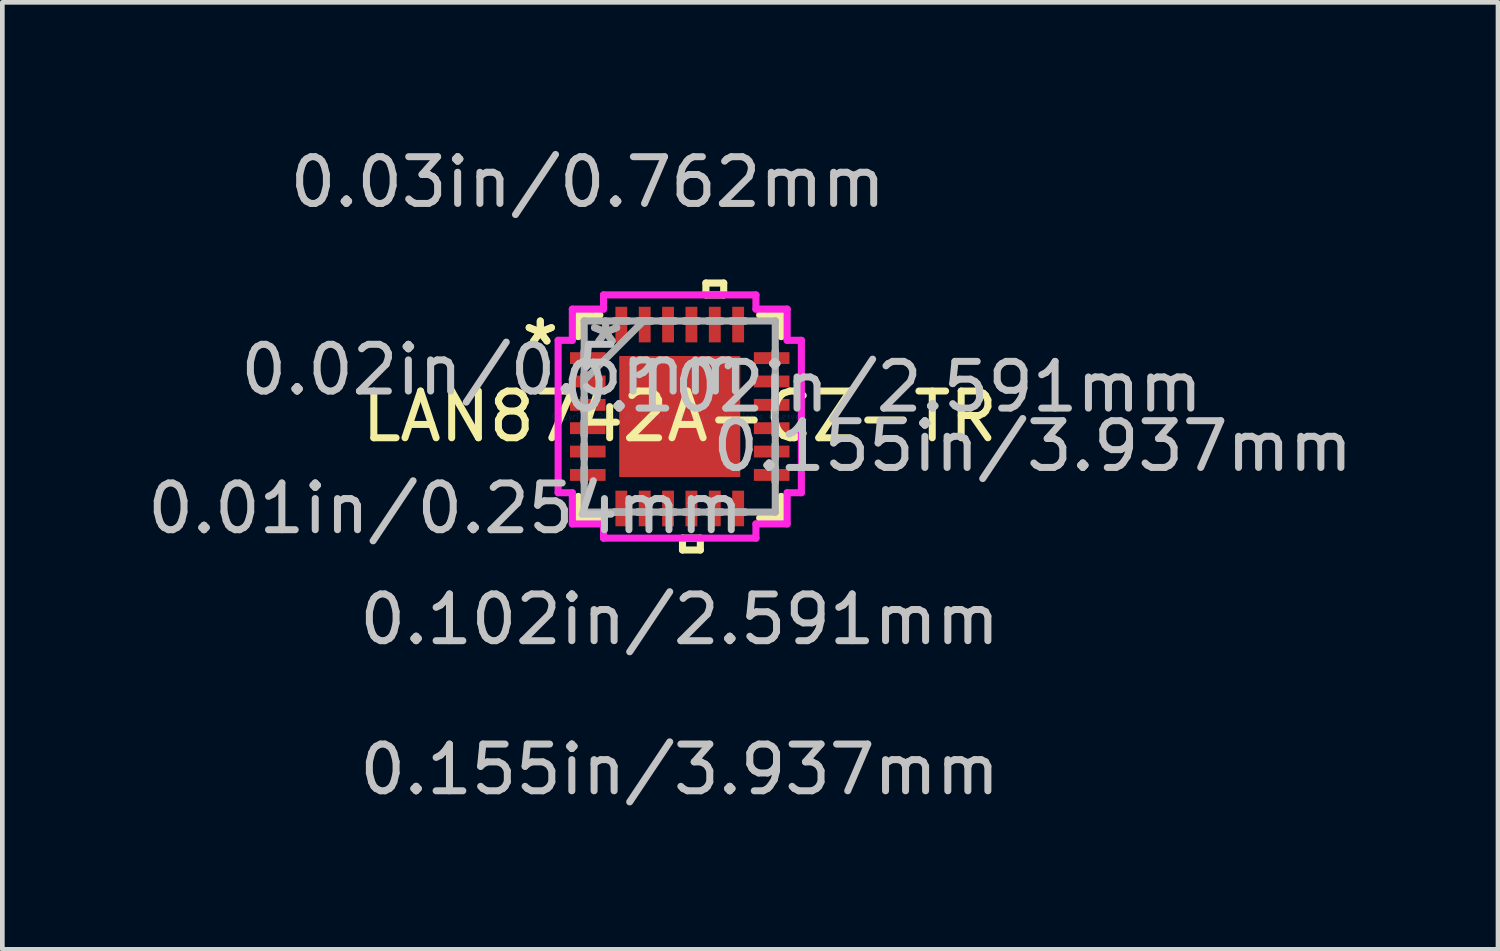
<source format=kicad_pcb>
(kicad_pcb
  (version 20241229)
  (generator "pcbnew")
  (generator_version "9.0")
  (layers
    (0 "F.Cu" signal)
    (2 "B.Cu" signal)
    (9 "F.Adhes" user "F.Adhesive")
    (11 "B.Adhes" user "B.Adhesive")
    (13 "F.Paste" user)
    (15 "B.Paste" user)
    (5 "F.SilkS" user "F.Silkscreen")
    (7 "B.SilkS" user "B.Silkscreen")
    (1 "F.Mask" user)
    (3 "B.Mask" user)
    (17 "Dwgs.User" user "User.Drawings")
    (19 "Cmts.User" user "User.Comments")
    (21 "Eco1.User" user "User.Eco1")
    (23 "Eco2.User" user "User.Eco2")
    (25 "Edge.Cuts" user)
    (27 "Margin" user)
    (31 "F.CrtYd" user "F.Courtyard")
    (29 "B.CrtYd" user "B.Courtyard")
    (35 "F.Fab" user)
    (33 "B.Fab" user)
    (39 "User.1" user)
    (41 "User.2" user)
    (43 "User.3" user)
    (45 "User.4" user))
  (footprint "LAN8742A-CZ-TR"
    (layer "F.Cu")
    (at 11.499 5.865)
    (property "Reference" "LAN8742A-CZ-TR" (at 0 0 0) (layer "F.SilkS") (effects (font (size 1 1) (thickness 0.15))))
    (attr through_hole)
    (fp_line (start -2.172 -2.172) (end -2.172 -1.71) (stroke (width 0.152) (type solid)) (layer "F.SilkS"))
    (fp_line (start -2.172 1.71) (end -2.172 2.172) (stroke (width 0.152) (type solid)) (layer "F.SilkS"))
    (fp_line (start -2.172 2.172) (end -1.71 2.172) (stroke (width 0.152) (type solid)) (layer "F.SilkS"))
    (fp_line (start -1.71 -2.172) (end -2.172 -2.172) (stroke (width 0.152) (type solid)) (layer "F.SilkS"))
    (fp_line (start 0.059 2.603) (end 0.059 2.857) (stroke (width 0.152) (type solid)) (layer "F.SilkS"))
    (fp_line (start 0.059 2.857) (end 0.441 2.857) (stroke (width 0.152) (type solid)) (layer "F.SilkS"))
    (fp_line (start 0.441 2.603) (end 0.059 2.603) (stroke (width 0.152) (type solid)) (layer "F.SilkS"))
    (fp_line (start 0.441 2.857) (end 0.441 2.603) (stroke (width 0.152) (type solid)) (layer "F.SilkS"))
    (fp_line (start 0.56 -2.857) (end 0.941 -2.857) (stroke (width 0.152) (type solid)) (layer "F.SilkS"))
    (fp_line (start 0.56 -2.603) (end 0.56 -2.857) (stroke (width 0.152) (type solid)) (layer "F.SilkS"))
    (fp_line (start 0.941 -2.857) (end 0.941 -2.603) (stroke (width 0.152) (type solid)) (layer "F.SilkS"))
    (fp_line (start 0.941 -2.603) (end 0.56 -2.603) (stroke (width 0.152) (type solid)) (layer "F.SilkS"))
    (fp_line (start 1.71 2.172) (end 2.172 2.172) (stroke (width 0.152) (type solid)) (layer "F.SilkS"))
    (fp_line (start 2.172 -2.172) (end 1.71 -2.172) (stroke (width 0.152) (type solid)) (layer "F.SilkS"))
    (fp_line (start 2.172 -1.71) (end 2.172 -2.172) (stroke (width 0.152) (type solid)) (layer "F.SilkS"))
    (fp_line (start 2.172 2.172) (end 2.172 1.71) (stroke (width 0.152) (type solid)) (layer "F.SilkS"))
    (fp_line (start -1.195 -1.195) (end -1.195 -0.1) (stroke (width 0.152) (type solid)) (layer "F.Paste"))
    (fp_line (start -1.195 -0.1) (end -0.1 -0.1) (stroke (width 0.152) (type solid)) (layer "F.Paste"))
    (fp_line (start -1.195 0.1) (end -1.195 1.195) (stroke (width 0.152) (type solid)) (layer "F.Paste"))
    (fp_line (start -1.195 1.195) (end -0.1 1.195) (stroke (width 0.152) (type solid)) (layer "F.Paste"))
    (fp_line (start -0.1 -1.195) (end -1.195 -1.195) (stroke (width 0.152) (type solid)) (layer "F.Paste"))
    (fp_line (start -0.1 -0.1) (end -0.1 -1.195) (stroke (width 0.152) (type solid)) (layer "F.Paste"))
    (fp_line (start -0.1 0.1) (end -1.195 0.1) (stroke (width 0.152) (type solid)) (layer "F.Paste"))
    (fp_line (start -0.1 1.195) (end -0.1 0.1) (stroke (width 0.152) (type solid)) (layer "F.Paste"))
    (fp_line (start 0.1 -1.195) (end 0.1 -0.1) (stroke (width 0.152) (type solid)) (layer "F.Paste"))
    (fp_line (start 0.1 -0.1) (end 1.195 -0.1) (stroke (width 0.152) (type solid)) (layer "F.Paste"))
    (fp_line (start 0.1 0.1) (end 0.1 1.195) (stroke (width 0.152) (type solid)) (layer "F.Paste"))
    (fp_line (start 0.1 1.195) (end 1.195 1.195) (stroke (width 0.152) (type solid)) (layer "F.Paste"))
    (fp_line (start 1.195 -1.195) (end 0.1 -1.195) (stroke (width 0.152) (type solid)) (layer "F.Paste"))
    (fp_line (start 1.195 -0.1) (end 1.195 -1.195) (stroke (width 0.152) (type solid)) (layer "F.Paste"))
    (fp_line (start 1.195 0.1) (end 0.1 0.1) (stroke (width 0.152) (type solid)) (layer "F.Paste"))
    (fp_line (start 1.195 1.195) (end 1.195 0.1) (stroke (width 0.152) (type solid)) (layer "F.Paste"))
    (fp_line (start -2.603 -1.631) (end -2.299 -1.631) (stroke (width 0.152) (type solid)) (layer "F.CrtYd"))
    (fp_line (start -2.603 1.631) (end -2.603 -1.631) (stroke (width 0.152) (type solid)) (layer "F.CrtYd"))
    (fp_line (start -2.299 -2.299) (end -1.631 -2.299) (stroke (width 0.152) (type solid)) (layer "F.CrtYd"))
    (fp_line (start -2.299 -1.631) (end -2.299 -2.299) (stroke (width 0.152) (type solid)) (layer "F.CrtYd"))
    (fp_line (start -2.299 1.631) (end -2.603 1.631) (stroke (width 0.152) (type solid)) (layer "F.CrtYd"))
    (fp_line (start -2.299 2.299) (end -2.299 1.631) (stroke (width 0.152) (type solid)) (layer "F.CrtYd"))
    (fp_line (start -1.631 -2.603) (end 1.631 -2.603) (stroke (width 0.152) (type solid)) (layer "F.CrtYd"))
    (fp_line (start -1.631 -2.299) (end -1.631 -2.603) (stroke (width 0.152) (type solid)) (layer "F.CrtYd"))
    (fp_line (start -1.631 2.299) (end -2.299 2.299) (stroke (width 0.152) (type solid)) (layer "F.CrtYd"))
    (fp_line (start -1.631 2.603) (end -1.631 2.299) (stroke (width 0.152) (type solid)) (layer "F.CrtYd"))
    (fp_line (start 1.631 -2.603) (end 1.631 -2.299) (stroke (width 0.152) (type solid)) (layer "F.CrtYd"))
    (fp_line (start 1.631 -2.299) (end 2.299 -2.299) (stroke (width 0.152) (type solid)) (layer "F.CrtYd"))
    (fp_line (start 1.631 2.299) (end 1.631 2.603) (stroke (width 0.152) (type solid)) (layer "F.CrtYd"))
    (fp_line (start 1.631 2.603) (end -1.631 2.603) (stroke (width 0.152) (type solid)) (layer "F.CrtYd"))
    (fp_line (start 2.299 -2.299) (end 2.299 -1.631) (stroke (width 0.152) (type solid)) (layer "F.CrtYd"))
    (fp_line (start 2.299 -1.631) (end 2.603 -1.631) (stroke (width 0.152) (type solid)) (layer "F.CrtYd"))
    (fp_line (start 2.299 1.631) (end 2.299 2.299) (stroke (width 0.152) (type solid)) (layer "F.CrtYd"))
    (fp_line (start 2.299 2.299) (end 1.631 2.299) (stroke (width 0.152) (type solid)) (layer "F.CrtYd"))
    (fp_line (start 2.603 -1.631) (end 2.603 1.631) (stroke (width 0.152) (type solid)) (layer "F.CrtYd"))
    (fp_line (start 2.603 1.631) (end 2.299 1.631) (stroke (width 0.152) (type solid)) (layer "F.CrtYd"))
    (fp_line (start -2.045 -2.045) (end -2.045 -2.045) (stroke (width 0.152) (type solid)) (layer "F.Fab"))
    (fp_line (start -2.045 -2.045) (end -2.045 2.045) (stroke (width 0.152) (type solid)) (layer "F.Fab"))
    (fp_line (start -2.045 -1.402) (end -2.045 -1.402) (stroke (width 0.152) (type solid)) (layer "F.Fab"))
    (fp_line (start -2.045 -1.402) (end -2.045 -1.098) (stroke (width 0.152) (type solid)) (layer "F.Fab"))
    (fp_line (start -2.045 -1.098) (end -2.045 -1.402) (stroke (width 0.152) (type solid)) (layer "F.Fab"))
    (fp_line (start -2.045 -1.098) (end -2.045 -1.098) (stroke (width 0.152) (type solid)) (layer "F.Fab"))
    (fp_line (start -2.045 -0.902) (end -2.045 -0.902) (stroke (width 0.152) (type solid)) (layer "F.Fab"))
    (fp_line (start -2.045 -0.902) (end -2.045 -0.598) (stroke (width 0.152) (type solid)) (layer "F.Fab"))
    (fp_line (start -2.045 -0.775) (end -0.775 -2.045) (stroke (width 0.152) (type solid)) (layer "F.Fab"))
    (fp_line (start -2.045 -0.598) (end -2.045 -0.902) (stroke (width 0.152) (type solid)) (layer "F.Fab"))
    (fp_line (start -2.045 -0.598) (end -2.045 -0.598) (stroke (width 0.152) (type solid)) (layer "F.Fab"))
    (fp_line (start -2.045 -0.402) (end -2.045 -0.402) (stroke (width 0.152) (type solid)) (layer "F.Fab"))
    (fp_line (start -2.045 -0.402) (end -2.045 -0.098) (stroke (width 0.152) (type solid)) (layer "F.Fab"))
    (fp_line (start -2.045 -0.098) (end -2.045 -0.402) (stroke (width 0.152) (type solid)) (layer "F.Fab"))
    (fp_line (start -2.045 -0.098) (end -2.045 -0.098) (stroke (width 0.152) (type solid)) (layer "F.Fab"))
    (fp_line (start -2.045 0.098) (end -2.045 0.098) (stroke (width 0.152) (type solid)) (layer "F.Fab"))
    (fp_line (start -2.045 0.098) (end -2.045 0.402) (stroke (width 0.152) (type solid)) (layer "F.Fab"))
    (fp_line (start -2.045 0.402) (end -2.045 0.098) (stroke (width 0.152) (type solid)) (layer "F.Fab"))
    (fp_line (start -2.045 0.402) (end -2.045 0.402) (stroke (width 0.152) (type solid)) (layer "F.Fab"))
    (fp_line (start -2.045 0.598) (end -2.045 0.598) (stroke (width 0.152) (type solid)) (layer "F.Fab"))
    (fp_line (start -2.045 0.598) (end -2.045 0.902) (stroke (width 0.152) (type solid)) (layer "F.Fab"))
    (fp_line (start -2.045 0.902) (end -2.045 0.598) (stroke (width 0.152) (type solid)) (layer "F.Fab"))
    (fp_line (start -2.045 0.902) (end -2.045 0.902) (stroke (width 0.152) (type solid)) (layer "F.Fab"))
    (fp_line (start -2.045 1.098) (end -2.045 1.098) (stroke (width 0.152) (type solid)) (layer "F.Fab"))
    (fp_line (start -2.045 1.098) (end -2.045 1.402) (stroke (width 0.152) (type solid)) (layer "F.Fab"))
    (fp_line (start -2.045 1.402) (end -2.045 1.098) (stroke (width 0.152) (type solid)) (layer "F.Fab"))
    (fp_line (start -2.045 1.402) (end -2.045 1.402) (stroke (width 0.152) (type solid)) (layer "F.Fab"))
    (fp_line (start -2.045 2.045) (end -2.045 2.045) (stroke (width 0.152) (type solid)) (layer "F.Fab"))
    (fp_line (start -2.045 2.045) (end 2.045 2.045) (stroke (width 0.152) (type solid)) (layer "F.Fab"))
    (fp_line (start -1.402 -2.045) (end -1.402 -2.045) (stroke (width 0.152) (type solid)) (layer "F.Fab"))
    (fp_line (start -1.402 -2.045) (end -1.098 -2.045) (stroke (width 0.152) (type solid)) (layer "F.Fab"))
    (fp_line (start -1.402 2.045) (end -1.402 2.045) (stroke (width 0.152) (type solid)) (layer "F.Fab"))
    (fp_line (start -1.402 2.045) (end -1.098 2.045) (stroke (width 0.152) (type solid)) (layer "F.Fab"))
    (fp_line (start -1.098 -2.045) (end -1.402 -2.045) (stroke (width 0.152) (type solid)) (layer "F.Fab"))
    (fp_line (start -1.098 -2.045) (end -1.098 -2.045) (stroke (width 0.152) (type solid)) (layer "F.Fab"))
    (fp_line (start -1.098 2.045) (end -1.402 2.045) (stroke (width 0.152) (type solid)) (layer "F.Fab"))
    (fp_line (start -1.098 2.045) (end -1.098 2.045) (stroke (width 0.152) (type solid)) (layer "F.Fab"))
    (fp_line (start -0.902 -2.045) (end -0.902 -2.045) (stroke (width 0.152) (type solid)) (layer "F.Fab"))
    (fp_line (start -0.902 -2.045) (end -0.598 -2.045) (stroke (width 0.152) (type solid)) (layer "F.Fab"))
    (fp_line (start -0.902 2.045) (end -0.902 2.045) (stroke (width 0.152) (type solid)) (layer "F.Fab"))
    (fp_line (start -0.902 2.045) (end -0.598 2.045) (stroke (width 0.152) (type solid)) (layer "F.Fab"))
    (fp_line (start -0.598 -2.045) (end -0.902 -2.045) (stroke (width 0.152) (type solid)) (layer "F.Fab"))
    (fp_line (start -0.598 -2.045) (end -0.598 -2.045) (stroke (width 0.152) (type solid)) (layer "F.Fab"))
    (fp_line (start -0.598 2.045) (end -0.902 2.045) (stroke (width 0.152) (type solid)) (layer "F.Fab"))
    (fp_line (start -0.598 2.045) (end -0.598 2.045) (stroke (width 0.152) (type solid)) (layer "F.Fab"))
    (fp_line (start -0.402 -2.045) (end -0.402 -2.045) (stroke (width 0.152) (type solid)) (layer "F.Fab"))
    (fp_line (start -0.402 -2.045) (end -0.098 -2.045) (stroke (width 0.152) (type solid)) (layer "F.Fab"))
    (fp_line (start -0.402 2.045) (end -0.402 2.045) (stroke (width 0.152) (type solid)) (layer "F.Fab"))
    (fp_line (start -0.402 2.045) (end -0.098 2.045) (stroke (width 0.152) (type solid)) (layer "F.Fab"))
    (fp_line (start -0.098 -2.045) (end -0.402 -2.045) (stroke (width 0.152) (type solid)) (layer "F.Fab"))
    (fp_line (start -0.098 -2.045) (end -0.098 -2.045) (stroke (width 0.152) (type solid)) (layer "F.Fab"))
    (fp_line (start -0.098 2.045) (end -0.402 2.045) (stroke (width 0.152) (type solid)) (layer "F.Fab"))
    (fp_line (start -0.098 2.045) (end -0.098 2.045) (stroke (width 0.152) (type solid)) (layer "F.Fab"))
    (fp_line (start 0.098 -2.045) (end 0.098 -2.045) (stroke (width 0.152) (type solid)) (layer "F.Fab"))
    (fp_line (start 0.098 -2.045) (end 0.402 -2.045) (stroke (width 0.152) (type solid)) (layer "F.Fab"))
    (fp_line (start 0.098 2.045) (end 0.098 2.045) (stroke (width 0.152) (type solid)) (layer "F.Fab"))
    (fp_line (start 0.098 2.045) (end 0.402 2.045) (stroke (width 0.152) (type solid)) (layer "F.Fab"))
    (fp_line (start 0.402 -2.045) (end 0.098 -2.045) (stroke (width 0.152) (type solid)) (layer "F.Fab"))
    (fp_line (start 0.402 -2.045) (end 0.402 -2.045) (stroke (width 0.152) (type solid)) (layer "F.Fab"))
    (fp_line (start 0.402 2.045) (end 0.098 2.045) (stroke (width 0.152) (type solid)) (layer "F.Fab"))
    (fp_line (start 0.402 2.045) (end 0.402 2.045) (stroke (width 0.152) (type solid)) (layer "F.Fab"))
    (fp_line (start 0.598 -2.045) (end 0.598 -2.045) (stroke (width 0.152) (type solid)) (layer "F.Fab"))
    (fp_line (start 0.598 -2.045) (end 0.902 -2.045) (stroke (width 0.152) (type solid)) (layer "F.Fab"))
    (fp_line (start 0.598 2.045) (end 0.598 2.045) (stroke (width 0.152) (type solid)) (layer "F.Fab"))
    (fp_line (start 0.598 2.045) (end 0.902 2.045) (stroke (width 0.152) (type solid)) (layer "F.Fab"))
    (fp_line (start 0.902 -2.045) (end 0.598 -2.045) (stroke (width 0.152) (type solid)) (layer "F.Fab"))
    (fp_line (start 0.902 -2.045) (end 0.902 -2.045) (stroke (width 0.152) (type solid)) (layer "F.Fab"))
    (fp_line (start 0.902 2.045) (end 0.598 2.045) (stroke (width 0.152) (type solid)) (layer "F.Fab"))
    (fp_line (start 0.902 2.045) (end 0.902 2.045) (stroke (width 0.152) (type solid)) (layer "F.Fab"))
    (fp_line (start 1.098 -2.045) (end 1.098 -2.045) (stroke (width 0.152) (type solid)) (layer "F.Fab"))
    (fp_line (start 1.098 -2.045) (end 1.402 -2.045) (stroke (width 0.152) (type solid)) (layer "F.Fab"))
    (fp_line (start 1.098 2.045) (end 1.098 2.045) (stroke (width 0.152) (type solid)) (layer "F.Fab"))
    (fp_line (start 1.098 2.045) (end 1.402 2.045) (stroke (width 0.152) (type solid)) (layer "F.Fab"))
    (fp_line (start 1.402 -2.045) (end 1.098 -2.045) (stroke (width 0.152) (type solid)) (layer "F.Fab"))
    (fp_line (start 1.402 -2.045) (end 1.402 -2.045) (stroke (width 0.152) (type solid)) (layer "F.Fab"))
    (fp_line (start 1.402 2.045) (end 1.098 2.045) (stroke (width 0.152) (type solid)) (layer "F.Fab"))
    (fp_line (start 1.402 2.045) (end 1.402 2.045) (stroke (width 0.152) (type solid)) (layer "F.Fab"))
    (fp_line (start 2.045 -2.045) (end -2.045 -2.045) (stroke (width 0.152) (type solid)) (layer "F.Fab"))
    (fp_line (start 2.045 -2.045) (end 2.045 -2.045) (stroke (width 0.152) (type solid)) (layer "F.Fab"))
    (fp_line (start 2.045 -1.402) (end 2.045 -1.402) (stroke (width 0.152) (type solid)) (layer "F.Fab"))
    (fp_line (start 2.045 -1.402) (end 2.045 -1.098) (stroke (width 0.152) (type solid)) (layer "F.Fab"))
    (fp_line (start 2.045 -1.098) (end 2.045 -1.402) (stroke (width 0.152) (type solid)) (layer "F.Fab"))
    (fp_line (start 2.045 -1.098) (end 2.045 -1.098) (stroke (width 0.152) (type solid)) (layer "F.Fab"))
    (fp_line (start 2.045 -0.902) (end 2.045 -0.902) (stroke (width 0.152) (type solid)) (layer "F.Fab"))
    (fp_line (start 2.045 -0.902) (end 2.045 -0.598) (stroke (width 0.152) (type solid)) (layer "F.Fab"))
    (fp_line (start 2.045 -0.598) (end 2.045 -0.902) (stroke (width 0.152) (type solid)) (layer "F.Fab"))
    (fp_line (start 2.045 -0.598) (end 2.045 -0.598) (stroke (width 0.152) (type solid)) (layer "F.Fab"))
    (fp_line (start 2.045 -0.402) (end 2.045 -0.402) (stroke (width 0.152) (type solid)) (layer "F.Fab"))
    (fp_line (start 2.045 -0.402) (end 2.045 -0.098) (stroke (width 0.152) (type solid)) (layer "F.Fab"))
    (fp_line (start 2.045 -0.098) (end 2.045 -0.402) (stroke (width 0.152) (type solid)) (layer "F.Fab"))
    (fp_line (start 2.045 -0.098) (end 2.045 -0.098) (stroke (width 0.152) (type solid)) (layer "F.Fab"))
    (fp_line (start 2.045 0.098) (end 2.045 0.098) (stroke (width 0.152) (type solid)) (layer "F.Fab"))
    (fp_line (start 2.045 0.098) (end 2.045 0.402) (stroke (width 0.152) (type solid)) (layer "F.Fab"))
    (fp_line (start 2.045 0.402) (end 2.045 0.098) (stroke (width 0.152) (type solid)) (layer "F.Fab"))
    (fp_line (start 2.045 0.402) (end 2.045 0.402) (stroke (width 0.152) (type solid)) (layer "F.Fab"))
    (fp_line (start 2.045 0.598) (end 2.045 0.598) (stroke (width 0.152) (type solid)) (layer "F.Fab"))
    (fp_line (start 2.045 0.598) (end 2.045 0.902) (stroke (width 0.152) (type solid)) (layer "F.Fab"))
    (fp_line (start 2.045 0.902) (end 2.045 0.598) (stroke (width 0.152) (type solid)) (layer "F.Fab"))
    (fp_line (start 2.045 0.902) (end 2.045 0.902) (stroke (width 0.152) (type solid)) (layer "F.Fab"))
    (fp_line (start 2.045 1.098) (end 2.045 1.098) (stroke (width 0.152) (type solid)) (layer "F.Fab"))
    (fp_line (start 2.045 1.098) (end 2.045 1.402) (stroke (width 0.152) (type solid)) (layer "F.Fab"))
    (fp_line (start 2.045 1.402) (end 2.045 1.098) (stroke (width 0.152) (type solid)) (layer "F.Fab"))
    (fp_line (start 2.045 1.402) (end 2.045 1.402) (stroke (width 0.152) (type solid)) (layer "F.Fab"))
    (fp_line (start 2.045 2.045) (end 2.045 -2.045) (stroke (width 0.152) (type solid)) (layer "F.Fab"))
    (fp_line (start 2.045 2.045) (end 2.045 2.045) (stroke (width 0.152) (type solid)) (layer "F.Fab"))
    (fp_text user "*" (at -2.985 -1.5 0) (layer "F.SilkS") (effects (font (size 1 1) (thickness 0.15))))
    (fp_text user "*" (at -2.985 -1.5 0) (layer "F.SilkS") (effects (font (size 1 1) (thickness 0.15))))
    (fp_text user "0.02in/0.5mm" (at -3.975 -1 0) (layer "Dwgs.User") (effects (font (size 1 1) (thickness 0.15))))
    (fp_text user "0.03in/0.762mm" (at -1.968 -5.016 0) (layer "Dwgs.User") (effects (font (size 1 1) (thickness 0.15))))
    (fp_text user "0.102in/2.591mm" (at 0 4.343 0) (layer "Dwgs.User") (effects (font (size 1 1) (thickness 0.15))))
    (fp_text user "0.155in/3.937mm" (at 0 7.556 0) (layer "Dwgs.User") (effects (font (size 1 1) (thickness 0.15))))
    (fp_text user "0.155in/3.937mm" (at 7.556 0.635 0) (layer "Dwgs.User") (effects (font (size 1 1) (thickness 0.15))))
    (fp_text user "0.01in/0.254mm" (at -5.016 1.968 0) (layer "Dwgs.User") (effects (font (size 1 1) (thickness 0.15))))
    (fp_text user "0.102in/2.591mm" (at 4.343 -0.635 0) (layer "Dwgs.User") (effects (font (size 1 1) (thickness 0.15))))
    (fp_text user "Copyright 2016 Accelerated Designs. All rights reserved." (at 0 0 0) (layer "Cmts.User") (effects (font (size 0.127 0.127) (thickness 0.002))))
    (fp_text user "*" (at -1.587 -1.5 0) (layer "F.Fab") (effects (font (size 1 1) (thickness 0.15))))
    (fp_text user "*" (at -1.587 -1.5 0) (layer "F.Fab") (effects (font (size 1 1) (thickness 0.15))))
    (pad "1" smd rect (at -1.968 -1.25 90) (size 0.254 0.762) (layers "F.Cu" "F.Mask" "F.Paste"))
    (pad "2" smd rect (at -1.968 -0.75 90) (size 0.254 0.762) (layers "F.Cu" "F.Mask" "F.Paste"))
    (pad "3" smd rect (at -1.968 -0.25 90) (size 0.254 0.762) (layers "F.Cu" "F.Mask" "F.Paste"))
    (pad "4" smd rect (at -1.968 0.25 90) (size 0.254 0.762) (layers "F.Cu" "F.Mask" "F.Paste"))
    (pad "5" smd rect (at -1.968 0.75 90) (size 0.254 0.762) (layers "F.Cu" "F.Mask" "F.Paste"))
    (pad "6" smd rect (at -1.968 1.25 90) (size 0.254 0.762) (layers "F.Cu" "F.Mask" "F.Paste"))
    (pad "7" smd rect (at -1.25 1.968) (size 0.254 0.762) (layers "F.Cu" "F.Mask" "F.Paste"))
    (pad "8" smd rect (at -0.75 1.968) (size 0.254 0.762) (layers "F.Cu" "F.Mask" "F.Paste"))
    (pad "9" smd rect (at -0.25 1.968) (size 0.254 0.762) (layers "F.Cu" "F.Mask" "F.Paste"))
    (pad "10" smd rect (at 0.25 1.968) (size 0.254 0.762) (layers "F.Cu" "F.Mask" "F.Paste"))
    (pad "11" smd rect (at 0.75 1.968) (size 0.254 0.762) (layers "F.Cu" "F.Mask" "F.Paste"))
    (pad "12" smd rect (at 1.25 1.968) (size 0.254 0.762) (layers "F.Cu" "F.Mask" "F.Paste"))
    (pad "13" smd rect (at 1.968 1.25 90) (size 0.254 0.762) (layers "F.Cu" "F.Mask" "F.Paste"))
    (pad "14" smd rect (at 1.968 0.75 90) (size 0.254 0.762) (layers "F.Cu" "F.Mask" "F.Paste"))
    (pad "15" smd rect (at 1.968 0.25 90) (size 0.254 0.762) (layers "F.Cu" "F.Mask" "F.Paste"))
    (pad "16" smd rect (at 1.968 -0.25 90) (size 0.254 0.762) (layers "F.Cu" "F.Mask" "F.Paste"))
    (pad "17" smd rect (at 1.968 -0.75 90) (size 0.254 0.762) (layers "F.Cu" "F.Mask" "F.Paste"))
    (pad "18" smd rect (at 1.968 -1.25 90) (size 0.254 0.762) (layers "F.Cu" "F.Mask" "F.Paste"))
    (pad "19" smd rect (at 1.25 -1.968) (size 0.254 0.762) (layers "F.Cu" "F.Mask" "F.Paste"))
    (pad "20" smd rect (at 0.75 -1.968) (size 0.254 0.762) (layers "F.Cu" "F.Mask" "F.Paste"))
    (pad "21" smd rect (at 0.25 -1.968) (size 0.254 0.762) (layers "F.Cu" "F.Mask" "F.Paste"))
    (pad "22" smd rect (at -0.25 -1.968) (size 0.254 0.762) (layers "F.Cu" "F.Mask" "F.Paste"))
    (pad "23" smd rect (at -0.75 -1.968) (size 0.254 0.762) (layers "F.Cu" "F.Mask" "F.Paste"))
    (pad "24" smd rect (at -1.25 -1.968) (size 0.254 0.762) (layers "F.Cu" "F.Mask" "F.Paste"))
    (pad "25" smd rect (at 0 0) (size 2.591 2.591) (layers "F.Cu" "F.Mask" "F.Paste")))
  (gr_rect
    (start -3 -3)
    (end 29.013 17.27)
    (stroke (width 0.1) (type default))
    (fill no)
    (layer "Edge.Cuts")))
</source>
